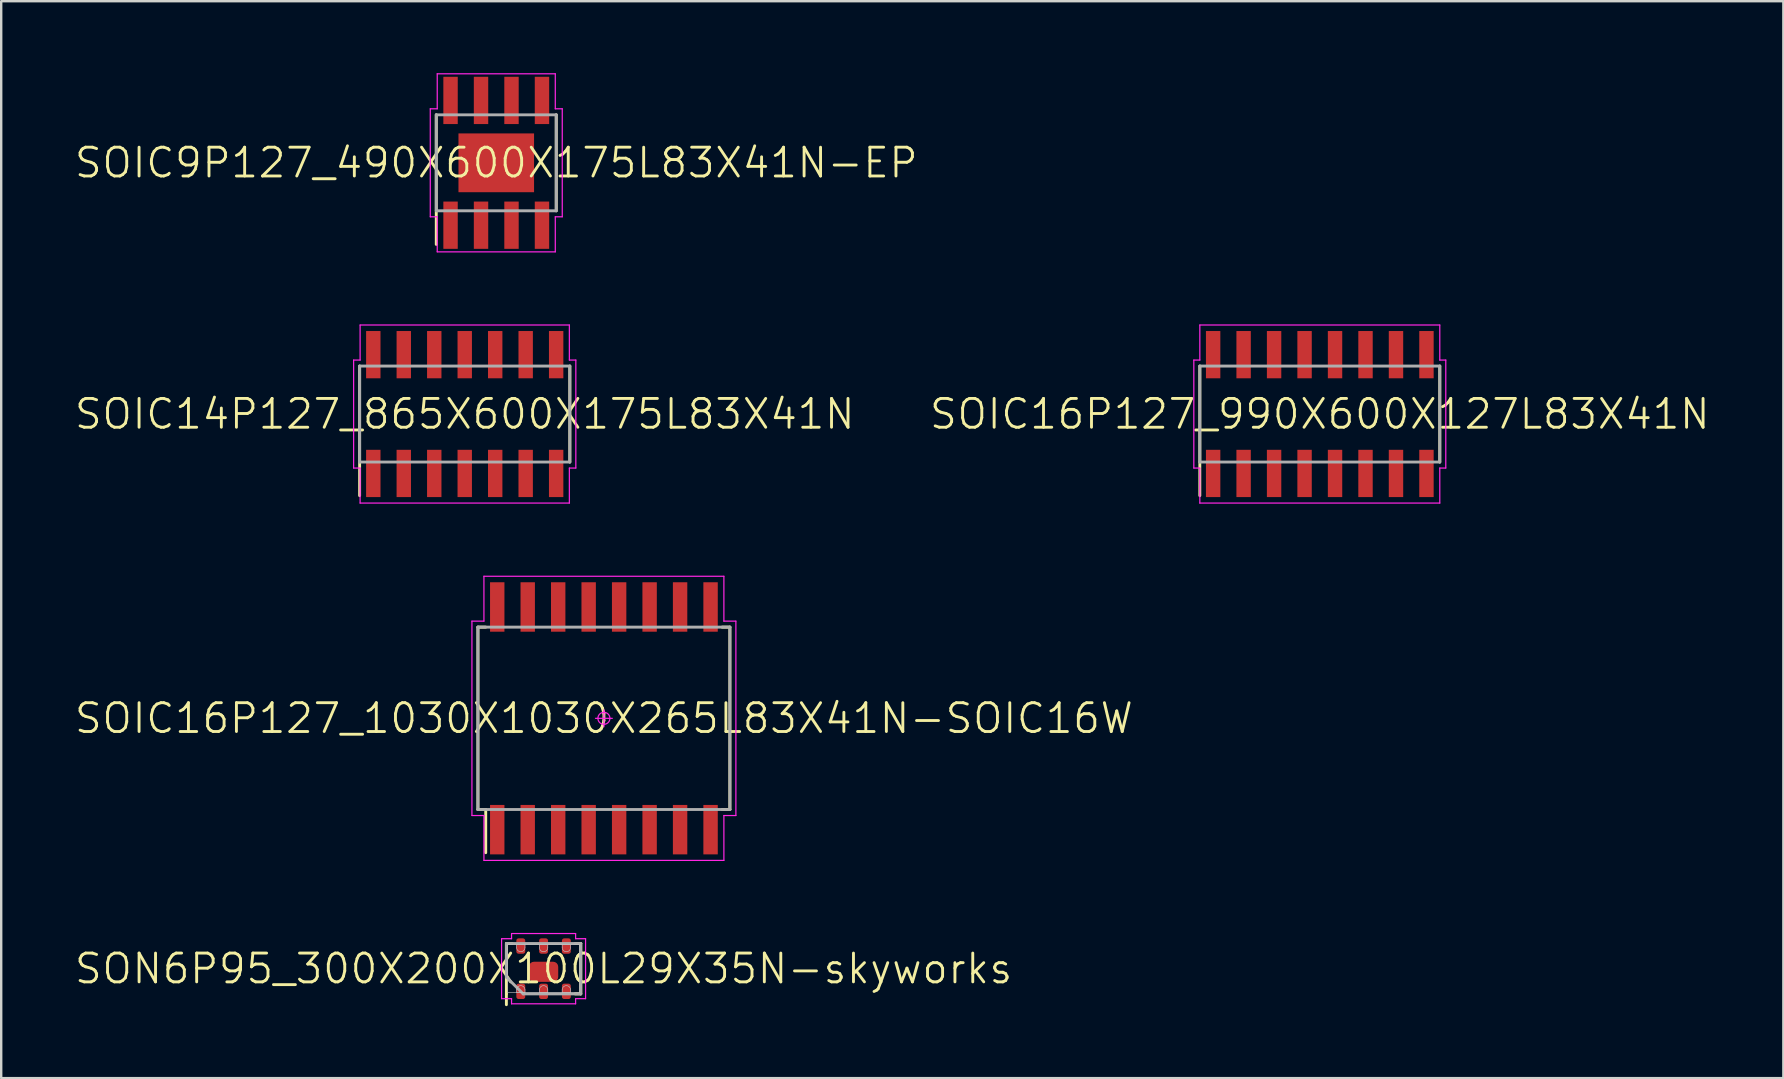
<source format=kicad_pcb>
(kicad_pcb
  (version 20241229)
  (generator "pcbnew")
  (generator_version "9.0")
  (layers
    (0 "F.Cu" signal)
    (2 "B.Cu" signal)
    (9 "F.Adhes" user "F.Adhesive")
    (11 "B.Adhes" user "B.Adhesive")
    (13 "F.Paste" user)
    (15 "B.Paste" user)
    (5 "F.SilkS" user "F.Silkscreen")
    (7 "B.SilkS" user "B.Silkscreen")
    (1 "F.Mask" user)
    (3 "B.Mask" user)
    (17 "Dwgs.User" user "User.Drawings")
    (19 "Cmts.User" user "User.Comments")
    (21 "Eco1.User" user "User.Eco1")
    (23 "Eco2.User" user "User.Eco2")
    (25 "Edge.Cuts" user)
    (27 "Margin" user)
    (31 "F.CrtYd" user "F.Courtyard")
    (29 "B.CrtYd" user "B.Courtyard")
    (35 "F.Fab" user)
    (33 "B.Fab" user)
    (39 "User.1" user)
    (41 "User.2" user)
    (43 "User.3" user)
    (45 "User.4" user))
  (footprint "SOIC16P127_1030X1030X265L83X41N-SOIC16W"
    (layer "F.Cu")
    (at 22.117 26.885)
    (property "Reference" "SOIC16P127_1030X1030X265L83X41N-SOIC16W" (at 0 0 0) (layer "F.SilkS") (effects (font (size 1.2 1.2) (thickness 0.12))))
    (attr smd)
    (fp_line (start -5.25 -3.8) (end -4.925 -3.8) (stroke (width 0.12) (type solid)) (layer "F.SilkS"))
    (fp_line (start -5.25 3.8) (end -5.25 -3.8) (stroke (width 0.12) (type solid)) (layer "F.SilkS"))
    (fp_line (start -4.925 3.8) (end -5.25 3.8) (stroke (width 0.12) (type solid)) (layer "F.SilkS"))
    (fp_line (start -4.925 3.8) (end -4.925 5.6) (stroke (width 0.12) (type solid)) (layer "F.SilkS"))
    (fp_line (start 4.925 3.8) (end 5.25 3.8) (stroke (width 0.12) (type solid)) (layer "F.SilkS"))
    (fp_line (start 5.25 -3.8) (end 4.925 -3.8) (stroke (width 0.12) (type solid)) (layer "F.SilkS"))
    (fp_line (start 5.25 3.8) (end 5.25 -3.8) (stroke (width 0.12) (type solid)) (layer "F.SilkS"))
    (fp_line (start -5.5 -4.05) (end -5.5 4.05) (stroke (width 0.05) (type solid)) (layer "F.CrtYd"))
    (fp_line (start -5.5 4.05) (end -5 4.05) (stroke (width 0.05) (type solid)) (layer "F.CrtYd"))
    (fp_line (start -5 -5.92) (end -5 -4.05) (stroke (width 0.05) (type solid)) (layer "F.CrtYd"))
    (fp_line (start -5 -4.05) (end -5.5 -4.05) (stroke (width 0.05) (type solid)) (layer "F.CrtYd"))
    (fp_line (start -5 4.05) (end -5 5.92) (stroke (width 0.05) (type solid)) (layer "F.CrtYd"))
    (fp_line (start -5 5.92) (end 5 5.92) (stroke (width 0.05) (type solid)) (layer "F.CrtYd"))
    (fp_line (start -0.35 0) (end 0.35 0) (stroke (width 0.05) (type solid)) (layer "F.CrtYd"))
    (fp_line (start 0 -0.35) (end 0 0.35) (stroke (width 0.05) (type solid)) (layer "F.CrtYd"))
    (fp_line (start 5 -5.92) (end -5 -5.92) (stroke (width 0.05) (type solid)) (layer "F.CrtYd"))
    (fp_line (start 5 -4.05) (end 5 -5.92) (stroke (width 0.05) (type solid)) (layer "F.CrtYd"))
    (fp_line (start 5 4.05) (end 5.5 4.05) (stroke (width 0.05) (type solid)) (layer "F.CrtYd"))
    (fp_line (start 5 5.92) (end 5 4.05) (stroke (width 0.05) (type solid)) (layer "F.CrtYd"))
    (fp_line (start 5.5 -4.05) (end 5 -4.05) (stroke (width 0.05) (type solid)) (layer "F.CrtYd"))
    (fp_line (start 5.5 4.05) (end 5.5 -4.05) (stroke (width 0.05) (type solid)) (layer "F.CrtYd"))
    (fp_circle (center 0 0) (end 0 0.25) (stroke (width 0.05) (type solid)) (fill no) (layer "F.CrtYd"))
    (fp_line (start -5.25 -3.8) (end 5.25 -3.8) (stroke (width 0.12) (type solid)) (layer "F.Fab"))
    (fp_line (start -5.25 3.8) (end -5.25 -3.8) (stroke (width 0.12) (type solid)) (layer "F.Fab"))
    (fp_line (start 5.25 -3.8) (end 5.25 3.8) (stroke (width 0.12) (type solid)) (layer "F.Fab"))
    (fp_line (start 5.25 3.8) (end -5.25 3.8) (stroke (width 0.12) (type solid)) (layer "F.Fab"))
    (pad "1" smd rect (at -4.445 4.64 90) (size 2.06 0.6) (layers "F.Cu" "F.Mask" "F.Paste"))
    (pad "2" smd rect (at -3.175 4.64 90) (size 2.06 0.6) (layers "F.Cu" "F.Mask" "F.Paste"))
    (pad "3" smd rect (at -1.905 4.64 90) (size 2.06 0.6) (layers "F.Cu" "F.Mask" "F.Paste"))
    (pad "4" smd rect (at -0.635 4.64 90) (size 2.06 0.6) (layers "F.Cu" "F.Mask" "F.Paste"))
    (pad "5" smd rect (at 0.635 4.64 90) (size 2.06 0.6) (layers "F.Cu" "F.Mask" "F.Paste"))
    (pad "6" smd rect (at 1.905 4.64 90) (size 2.06 0.6) (layers "F.Cu" "F.Mask" "F.Paste"))
    (pad "7" smd rect (at 3.175 4.64 90) (size 2.06 0.6) (layers "F.Cu" "F.Mask" "F.Paste"))
    (pad "8" smd rect (at 4.445 4.64 90) (size 2.06 0.6) (layers "F.Cu" "F.Mask" "F.Paste"))
    (pad "9" smd rect (at 4.445 -4.64 90) (size 2.06 0.6) (layers "F.Cu" "F.Mask" "F.Paste"))
    (pad "10" smd rect (at 3.175 -4.64 90) (size 2.06 0.6) (layers "F.Cu" "F.Mask" "F.Paste"))
    (pad "11" smd rect (at 1.905 -4.64 90) (size 2.06 0.6) (layers "F.Cu" "F.Mask" "F.Paste"))
    (pad "12" smd rect (at 0.635 -4.64 90) (size 2.06 0.6) (layers "F.Cu" "F.Mask" "F.Paste"))
    (pad "13" smd rect (at -0.635 -4.64 90) (size 2.06 0.6) (layers "F.Cu" "F.Mask" "F.Paste"))
    (pad "14" smd rect (at -1.905 -4.64 90) (size 2.06 0.6) (layers "F.Cu" "F.Mask" "F.Paste"))
    (pad "15" smd rect (at -3.175 -4.64 90) (size 2.06 0.6) (layers "F.Cu" "F.Mask" "F.Paste"))
    (pad "16" smd rect (at -4.445 -4.64 90) (size 2.06 0.6) (layers "F.Cu" "F.Mask" "F.Paste")))
  (footprint "SOIC9P127_490X600X175L83X41N-EP"
    (layer "F.Cu")
    (at 17.631 3.735)
    (property "Reference" "SOIC9P127_490X600X175L83X41N-EP" (at 0 0 0) (layer "F.SilkS") (effects (font (size 1.2 1.2) (thickness 0.12))))
    (attr smd)
    (fp_line (start -2.5 3.4) (end -2.5 -2) (stroke (width 0.12) (type solid)) (layer "F.SilkS"))
    (fp_line (start 2.5 2) (end 2.5 -2) (stroke (width 0.12) (type solid)) (layer "F.SilkS"))
    (fp_line (start -2.75 -2.25) (end -2.75 2.25) (stroke (width 0.05) (type solid)) (layer "F.CrtYd"))
    (fp_line (start -2.75 2.25) (end -2.46 2.25) (stroke (width 0.05) (type solid)) (layer "F.CrtYd"))
    (fp_line (start -2.46 -3.71) (end -2.46 -2.25) (stroke (width 0.05) (type solid)) (layer "F.CrtYd"))
    (fp_line (start -2.46 -2.25) (end -2.75 -2.25) (stroke (width 0.05) (type solid)) (layer "F.CrtYd"))
    (fp_line (start -2.46 2.25) (end -2.46 3.71) (stroke (width 0.05) (type solid)) (layer "F.CrtYd"))
    (fp_line (start -2.46 3.71) (end 2.46 3.71) (stroke (width 0.05) (type solid)) (layer "F.CrtYd"))
    (fp_line (start 2.46 -3.71) (end -2.46 -3.71) (stroke (width 0.05) (type solid)) (layer "F.CrtYd"))
    (fp_line (start 2.46 -2.25) (end 2.46 -3.71) (stroke (width 0.05) (type solid)) (layer "F.CrtYd"))
    (fp_line (start 2.46 2.25) (end 2.75 2.25) (stroke (width 0.05) (type solid)) (layer "F.CrtYd"))
    (fp_line (start 2.46 3.71) (end 2.46 2.25) (stroke (width 0.05) (type solid)) (layer "F.CrtYd"))
    (fp_line (start 2.75 -2.25) (end 2.46 -2.25) (stroke (width 0.05) (type solid)) (layer "F.CrtYd"))
    (fp_line (start 2.75 2.25) (end 2.75 -2.25) (stroke (width 0.05) (type solid)) (layer "F.CrtYd"))
    (fp_line (start -2.5 -2) (end 2.5 -2) (stroke (width 0.12) (type solid)) (layer "F.Fab"))
    (fp_line (start -2.5 2) (end -2.5 -2) (stroke (width 0.12) (type solid)) (layer "F.Fab"))
    (fp_line (start 2.5 -2) (end 2.5 2) (stroke (width 0.12) (type solid)) (layer "F.Fab"))
    (fp_line (start 2.5 2) (end -2.5 2) (stroke (width 0.12) (type solid)) (layer "F.Fab"))
    (pad "1" smd rect (at -1.905 2.6 90) (size 1.97 0.6) (layers "F.Cu" "F.Mask" "F.Paste"))
    (pad "2" smd rect (at -0.635 2.6 90) (size 1.97 0.6) (layers "F.Cu" "F.Mask" "F.Paste"))
    (pad "3" smd rect (at 0.635 2.6 90) (size 1.97 0.6) (layers "F.Cu" "F.Mask" "F.Paste"))
    (pad "4" smd rect (at 1.905 2.6 90) (size 1.97 0.6) (layers "F.Cu" "F.Mask" "F.Paste"))
    (pad "5" smd rect (at 1.905 -2.6 90) (size 1.97 0.6) (layers "F.Cu" "F.Mask" "F.Paste"))
    (pad "6" smd rect (at 0.635 -2.6 90) (size 1.97 0.6) (layers "F.Cu" "F.Mask" "F.Paste"))
    (pad "7" smd rect (at -0.635 -2.6 90) (size 1.97 0.6) (layers "F.Cu" "F.Mask" "F.Paste"))
    (pad "8" smd rect (at -1.905 -2.6 90) (size 1.97 0.6) (layers "F.Cu" "F.Mask" "F.Paste"))
    (pad "9" smd rect (at 0 0) (size 3.15 2.45) (layers "F.Cu" "F.Mask" "F.Paste")))
  (footprint "SOIC14P127_865X600X175L83X41N"
    (layer "F.Cu")
    (at 16.317 14.205)
    (property "Reference" "SOIC14P127_865X600X175L83X41N" (at 0 0 0) (layer "F.SilkS") (effects (font (size 1.2 1.2) (thickness 0.12))))
    (attr smd)
    (fp_line (start -4.38 3.4) (end -4.38 -2) (stroke (width 0.12) (type solid)) (layer "F.SilkS"))
    (fp_line (start 4.38 2) (end 4.38 -2) (stroke (width 0.12) (type solid)) (layer "F.SilkS"))
    (fp_line (start -4.63 -2.25) (end -4.63 2.25) (stroke (width 0.05) (type solid)) (layer "F.CrtYd"))
    (fp_line (start -4.63 2.25) (end -4.36 2.25) (stroke (width 0.05) (type solid)) (layer "F.CrtYd"))
    (fp_line (start -4.36 -3.71) (end -4.36 -2.25) (stroke (width 0.05) (type solid)) (layer "F.CrtYd"))
    (fp_line (start -4.36 -2.25) (end -4.63 -2.25) (stroke (width 0.05) (type solid)) (layer "F.CrtYd"))
    (fp_line (start -4.36 2.25) (end -4.36 3.71) (stroke (width 0.05) (type solid)) (layer "F.CrtYd"))
    (fp_line (start -4.36 3.71) (end 4.36 3.71) (stroke (width 0.05) (type solid)) (layer "F.CrtYd"))
    (fp_line (start 4.36 -3.71) (end -4.36 -3.71) (stroke (width 0.05) (type solid)) (layer "F.CrtYd"))
    (fp_line (start 4.36 -2.25) (end 4.36 -3.71) (stroke (width 0.05) (type solid)) (layer "F.CrtYd"))
    (fp_line (start 4.36 2.25) (end 4.63 2.25) (stroke (width 0.05) (type solid)) (layer "F.CrtYd"))
    (fp_line (start 4.36 3.71) (end 4.36 2.25) (stroke (width 0.05) (type solid)) (layer "F.CrtYd"))
    (fp_line (start 4.63 -2.25) (end 4.36 -2.25) (stroke (width 0.05) (type solid)) (layer "F.CrtYd"))
    (fp_line (start 4.63 2.25) (end 4.63 -2.25) (stroke (width 0.05) (type solid)) (layer "F.CrtYd"))
    (fp_line (start -4.38 -2) (end 4.38 -2) (stroke (width 0.12) (type solid)) (layer "F.Fab"))
    (fp_line (start -4.38 2) (end -4.38 -2) (stroke (width 0.12) (type solid)) (layer "F.Fab"))
    (fp_line (start 4.38 -2) (end 4.38 2) (stroke (width 0.12) (type solid)) (layer "F.Fab"))
    (fp_line (start 4.38 2) (end -4.38 2) (stroke (width 0.12) (type solid)) (layer "F.Fab"))
    (pad "1" smd rect (at -3.81 2.475 90) (size 1.97 0.6) (layers "F.Cu" "F.Mask" "F.Paste"))
    (pad "2" smd rect (at -2.54 2.475 90) (size 1.97 0.6) (layers "F.Cu" "F.Mask" "F.Paste"))
    (pad "3" smd rect (at -1.27 2.475 90) (size 1.97 0.6) (layers "F.Cu" "F.Mask" "F.Paste"))
    (pad "4" smd rect (at 0 2.475 90) (size 1.97 0.6) (layers "F.Cu" "F.Mask" "F.Paste"))
    (pad "5" smd rect (at 1.27 2.475 90) (size 1.97 0.6) (layers "F.Cu" "F.Mask" "F.Paste"))
    (pad "6" smd rect (at 2.54 2.475 90) (size 1.97 0.6) (layers "F.Cu" "F.Mask" "F.Paste"))
    (pad "7" smd rect (at 3.81 2.475 90) (size 1.97 0.6) (layers "F.Cu" "F.Mask" "F.Paste"))
    (pad "8" smd rect (at 3.81 -2.475 90) (size 1.97 0.6) (layers "F.Cu" "F.Mask" "F.Paste"))
    (pad "9" smd rect (at 2.54 -2.475 90) (size 1.97 0.6) (layers "F.Cu" "F.Mask" "F.Paste"))
    (pad "10" smd rect (at 1.27 -2.475 90) (size 1.97 0.6) (layers "F.Cu" "F.Mask" "F.Paste"))
    (pad "11" smd rect (at 0 -2.475 90) (size 1.97 0.6) (layers "F.Cu" "F.Mask" "F.Paste"))
    (pad "12" smd rect (at -1.27 -2.475 90) (size 1.97 0.6) (layers "F.Cu" "F.Mask" "F.Paste"))
    (pad "13" smd rect (at -2.54 -2.475 90) (size 1.97 0.6) (layers "F.Cu" "F.Mask" "F.Paste"))
    (pad "14" smd rect (at -3.81 -2.475 90) (size 1.97 0.6) (layers "F.Cu" "F.Mask" "F.Paste")))
  (footprint "SON6P95_300X200X100L29X35N-skyworks"
    (layer "F.Cu")
    (at 19.603 37.319)
    (property "Reference" "SON6P95_300X200X100L29X35N-skyworks" (at 0 0 0) (layer "F.SilkS") (effects (font (size 1.2 1.2) (thickness 0.12))))
    (attr smd)
    (fp_line (start -1.55 -1.05) (end -1.315 -1.05) (stroke (width 0.12) (type solid)) (layer "F.SilkS"))
    (fp_line (start -1.55 1.05) (end -1.55 -1.05) (stroke (width 0.12) (type solid)) (layer "F.SilkS"))
    (fp_line (start -1.55 1.5) (end -1.55 1.05) (stroke (width 0.12) (type solid)) (layer "F.SilkS"))
    (fp_line (start 1.315 1.05) (end 1.55 1.05) (stroke (width 0.12) (type solid)) (layer "F.SilkS"))
    (fp_line (start 1.55 -1.05) (end 1.315 -1.05) (stroke (width 0.12) (type solid)) (layer "F.SilkS"))
    (fp_line (start 1.55 1.05) (end 1.55 -1.05) (stroke (width 0.12) (type solid)) (layer "F.SilkS"))
    (fp_line (start -1.5 -1) (end 1.5 -1) (stroke (width 0.025) (type solid)) (layer "Dwgs.User"))
    (fp_line (start -1.5 1) (end -1.5 -1) (stroke (width 0.025) (type solid)) (layer "Dwgs.User"))
    (fp_line (start -1.125 -1) (end -1.125 -0.882) (stroke (width 0.025) (type solid)) (layer "Dwgs.User"))
    (fp_line (start -1.125 0.882) (end -1.125 1) (stroke (width 0.025) (type solid)) (layer "Dwgs.User"))
    (fp_line (start -1.125 1) (end -0.775 1) (stroke (width 0.025) (type solid)) (layer "Dwgs.User"))
    (fp_line (start -0.775 -1) (end -1.125 -1) (stroke (width 0.025) (type solid)) (layer "Dwgs.User"))
    (fp_line (start -0.775 -0.882) (end -0.775 -1) (stroke (width 0.025) (type solid)) (layer "Dwgs.User"))
    (fp_line (start -0.775 1) (end -0.775 0.882) (stroke (width 0.025) (type solid)) (layer "Dwgs.User"))
    (fp_line (start -0.175 -1) (end -0.175 -0.882) (stroke (width 0.025) (type solid)) (layer "Dwgs.User"))
    (fp_line (start -0.175 0.882) (end -0.175 1) (stroke (width 0.025) (type solid)) (layer "Dwgs.User"))
    (fp_line (start -0.175 1) (end 0.175 1) (stroke (width 0.025) (type solid)) (layer "Dwgs.User"))
    (fp_line (start 0.175 -1) (end -0.175 -1) (stroke (width 0.025) (type solid)) (layer "Dwgs.User"))
    (fp_line (start 0.175 -0.882) (end 0.175 -1) (stroke (width 0.025) (type solid)) (layer "Dwgs.User"))
    (fp_line (start 0.175 1) (end 0.175 0.882) (stroke (width 0.025) (type solid)) (layer "Dwgs.User"))
    (fp_line (start 0.775 -1) (end 0.775 -0.882) (stroke (width 0.025) (type solid)) (layer "Dwgs.User"))
    (fp_line (start 0.775 0.882) (end 0.775 1) (stroke (width 0.025) (type solid)) (layer "Dwgs.User"))
    (fp_line (start 0.775 1) (end 1.125 1) (stroke (width 0.025) (type solid)) (layer "Dwgs.User"))
    (fp_line (start 1.125 -1) (end 0.775 -1) (stroke (width 0.025) (type solid)) (layer "Dwgs.User"))
    (fp_line (start 1.125 -0.882) (end 1.125 -1) (stroke (width 0.025) (type solid)) (layer "Dwgs.User"))
    (fp_line (start 1.125 1) (end 1.125 0.882) (stroke (width 0.025) (type solid)) (layer "Dwgs.User"))
    (fp_line (start 1.5 -1) (end 1.5 1) (stroke (width 0.025) (type solid)) (layer "Dwgs.User"))
    (fp_line (start 1.5 1) (end -1.5 1) (stroke (width 0.025) (type solid)) (layer "Dwgs.User"))
    (fp_arc (start -1.125 0.882) (mid -0.95 0.707) (end -0.775 0.882) (stroke (width 0.025) (type solid)) (layer "Dwgs.User"))
    (fp_arc (start -0.775 -0.882) (mid -0.95 -0.707) (end -1.125 -0.882) (stroke (width 0.025) (type solid)) (layer "Dwgs.User"))
    (fp_arc (start -0.175 0.882) (mid 0 0.707) (end 0.175 0.882) (stroke (width 0.025) (type solid)) (layer "Dwgs.User"))
    (fp_arc (start 0.175 -0.882) (mid 0 -0.707) (end -0.175 -0.882) (stroke (width 0.025) (type solid)) (layer "Dwgs.User"))
    (fp_arc (start 0.775 0.882) (mid 0.95 0.707) (end 1.125 0.882) (stroke (width 0.025) (type solid)) (layer "Dwgs.User"))
    (fp_arc (start 1.125 -0.882) (mid 0.95 -0.707) (end 0.775 -0.882) (stroke (width 0.025) (type solid)) (layer "Dwgs.User"))
    (fp_line (start -1.75 -1.25) (end -1.75 1.25) (stroke (width 0.05) (type solid)) (layer "F.CrtYd"))
    (fp_line (start -1.75 1.25) (end -1.335 1.25) (stroke (width 0.05) (type solid)) (layer "F.CrtYd"))
    (fp_line (start -1.335 -1.464) (end -1.335 -1.25) (stroke (width 0.05) (type solid)) (layer "F.CrtYd"))
    (fp_line (start -1.335 -1.25) (end -1.75 -1.25) (stroke (width 0.05) (type solid)) (layer "F.CrtYd"))
    (fp_line (start -1.335 1.25) (end -1.335 1.464) (stroke (width 0.05) (type solid)) (layer "F.CrtYd"))
    (fp_line (start -1.335 1.464) (end 1.335 1.464) (stroke (width 0.05) (type solid)) (layer "F.CrtYd"))
    (fp_line (start 1.335 -1.464) (end -1.335 -1.464) (stroke (width 0.05) (type solid)) (layer "F.CrtYd"))
    (fp_line (start 1.335 -1.25) (end 1.335 -1.464) (stroke (width 0.05) (type solid)) (layer "F.CrtYd"))
    (fp_line (start 1.335 1.25) (end 1.75 1.25) (stroke (width 0.05) (type solid)) (layer "F.CrtYd"))
    (fp_line (start 1.335 1.464) (end 1.335 1.25) (stroke (width 0.05) (type solid)) (layer "F.CrtYd"))
    (fp_line (start 1.75 -1.25) (end 1.335 -1.25) (stroke (width 0.05) (type solid)) (layer "F.CrtYd"))
    (fp_line (start 1.75 1.25) (end 1.75 -1.25) (stroke (width 0.05) (type solid)) (layer "F.CrtYd"))
    (fp_line (start -1.55 -1.05) (end 1.55 -1.05) (stroke (width 0.12) (type solid)) (layer "F.Fab"))
    (fp_line (start -1.55 0.35) (end -1.55 -1.05) (stroke (width 0.12) (type solid)) (layer "F.Fab"))
    (fp_line (start -0.85 1.05) (end -1.55 0.35) (stroke (width 0.12) (type solid)) (layer "F.Fab"))
    (fp_line (start 1.55 -1.05) (end 1.55 1.05) (stroke (width 0.12) (type solid)) (layer "F.Fab"))
    (fp_line (start 1.55 1.05) (end -0.85 1.05) (stroke (width 0.12) (type solid)) (layer "F.Fab"))
    (pad "1" smd roundrect (at -0.95 0.944 90) (size 0.64 0.37) (layers "F.Cu" "F.Mask" "F.Paste") (roundrect_rratio 0.249))
    (pad "2" smd roundrect (at 0 0.13) (size 1.22 0.84) (layers "F.Cu" "F.Mask" "F.Paste") (roundrect_rratio 0.25))
    (pad "2" smd roundrect (at 0 0.944 90) (size 0.64 0.37) (layers "F.Cu" "F.Mask" "F.Paste") (roundrect_rratio 0.249))
    (pad "3" smd roundrect (at 0.95 0.944 90) (size 0.64 0.37) (layers "F.Cu" "F.Mask" "F.Paste") (roundrect_rratio 0.249))
    (pad "4" smd roundrect (at 0.95 -0.944 90) (size 0.64 0.37) (layers "F.Cu" "F.Mask" "F.Paste") (roundrect_rratio 0.249))
    (pad "5" smd roundrect (at 0 -0.944 90) (size 0.64 0.37) (layers "F.Cu" "F.Mask" "F.Paste") (roundrect_rratio 0.249))
    (pad "6" smd roundrect (at -0.95 -0.944 90) (size 0.64 0.37) (layers "F.Cu" "F.Mask" "F.Paste") (roundrect_rratio 0.249)))
  (footprint "SOIC16P127_990X600X127L83X41N"
    (layer "F.Cu")
    (at 51.951 14.205)
    (property "Reference" "SOIC16P127_990X600X127L83X41N" (at 0 0 0) (layer "F.SilkS") (effects (font (size 1.2 1.2) (thickness 0.12))))
    (attr smd)
    (fp_line (start -5 3.4) (end -5 -2) (stroke (width 0.12) (type solid)) (layer "F.SilkS"))
    (fp_line (start 5 2) (end 5 -2) (stroke (width 0.12) (type solid)) (layer "F.SilkS"))
    (fp_line (start -5.25 -2.25) (end -5.25 2.25) (stroke (width 0.05) (type solid)) (layer "F.CrtYd"))
    (fp_line (start -5.25 2.25) (end -5 2.25) (stroke (width 0.05) (type solid)) (layer "F.CrtYd"))
    (fp_line (start -5 -3.71) (end -5 -2.25) (stroke (width 0.05) (type solid)) (layer "F.CrtYd"))
    (fp_line (start -5 -2.25) (end -5.25 -2.25) (stroke (width 0.05) (type solid)) (layer "F.CrtYd"))
    (fp_line (start -5 2.25) (end -5 3.71) (stroke (width 0.05) (type solid)) (layer "F.CrtYd"))
    (fp_line (start -5 3.71) (end 5 3.71) (stroke (width 0.05) (type solid)) (layer "F.CrtYd"))
    (fp_line (start 5 -3.71) (end -5 -3.71) (stroke (width 0.05) (type solid)) (layer "F.CrtYd"))
    (fp_line (start 5 -2.25) (end 5 -3.71) (stroke (width 0.05) (type solid)) (layer "F.CrtYd"))
    (fp_line (start 5 2.25) (end 5.25 2.25) (stroke (width 0.05) (type solid)) (layer "F.CrtYd"))
    (fp_line (start 5 3.71) (end 5 2.25) (stroke (width 0.05) (type solid)) (layer "F.CrtYd"))
    (fp_line (start 5.25 -2.25) (end 5 -2.25) (stroke (width 0.05) (type solid)) (layer "F.CrtYd"))
    (fp_line (start 5.25 2.25) (end 5.25 -2.25) (stroke (width 0.05) (type solid)) (layer "F.CrtYd"))
    (fp_line (start -5 -2) (end 5 -2) (stroke (width 0.12) (type solid)) (layer "F.Fab"))
    (fp_line (start -5 2) (end -5 -2) (stroke (width 0.12) (type solid)) (layer "F.Fab"))
    (fp_line (start 5 -2) (end 5 2) (stroke (width 0.12) (type solid)) (layer "F.Fab"))
    (fp_line (start 5 2) (end -5 2) (stroke (width 0.12) (type solid)) (layer "F.Fab"))
    (pad "1" smd rect (at -4.445 2.475 90) (size 1.97 0.6) (layers "F.Cu" "F.Mask" "F.Paste"))
    (pad "2" smd rect (at -3.175 2.475 90) (size 1.97 0.6) (layers "F.Cu" "F.Mask" "F.Paste"))
    (pad "3" smd rect (at -1.905 2.475 90) (size 1.97 0.6) (layers "F.Cu" "F.Mask" "F.Paste"))
    (pad "4" smd rect (at -0.635 2.475 90) (size 1.97 0.6) (layers "F.Cu" "F.Mask" "F.Paste"))
    (pad "5" smd rect (at 0.635 2.475 90) (size 1.97 0.6) (layers "F.Cu" "F.Mask" "F.Paste"))
    (pad "6" smd rect (at 1.905 2.475 90) (size 1.97 0.6) (layers "F.Cu" "F.Mask" "F.Paste"))
    (pad "7" smd rect (at 3.175 2.475 90) (size 1.97 0.6) (layers "F.Cu" "F.Mask" "F.Paste"))
    (pad "8" smd rect (at 4.445 2.475 90) (size 1.97 0.6) (layers "F.Cu" "F.Mask" "F.Paste"))
    (pad "9" smd rect (at 4.445 -2.475 90) (size 1.97 0.6) (layers "F.Cu" "F.Mask" "F.Paste"))
    (pad "10" smd rect (at 3.175 -2.475 90) (size 1.97 0.6) (layers "F.Cu" "F.Mask" "F.Paste"))
    (pad "11" smd rect (at 1.905 -2.475 90) (size 1.97 0.6) (layers "F.Cu" "F.Mask" "F.Paste"))
    (pad "12" smd rect (at 0.635 -2.475 90) (size 1.97 0.6) (layers "F.Cu" "F.Mask" "F.Paste"))
    (pad "13" smd rect (at -0.635 -2.475 90) (size 1.97 0.6) (layers "F.Cu" "F.Mask" "F.Paste"))
    (pad "14" smd rect (at -1.905 -2.475 90) (size 1.97 0.6) (layers "F.Cu" "F.Mask" "F.Paste"))
    (pad "15" smd rect (at -3.175 -2.475 90) (size 1.97 0.6) (layers "F.Cu" "F.Mask" "F.Paste"))
    (pad "16" smd rect (at -4.445 -2.475 90) (size 1.97 0.6) (layers "F.Cu" "F.Mask" "F.Paste")))
  (gr_rect
    (start -3 -3)
    (end 71.269 41.879)
    (stroke (width 0.1) (type default))
    (fill no)
    (layer "Edge.Cuts")))
</source>
